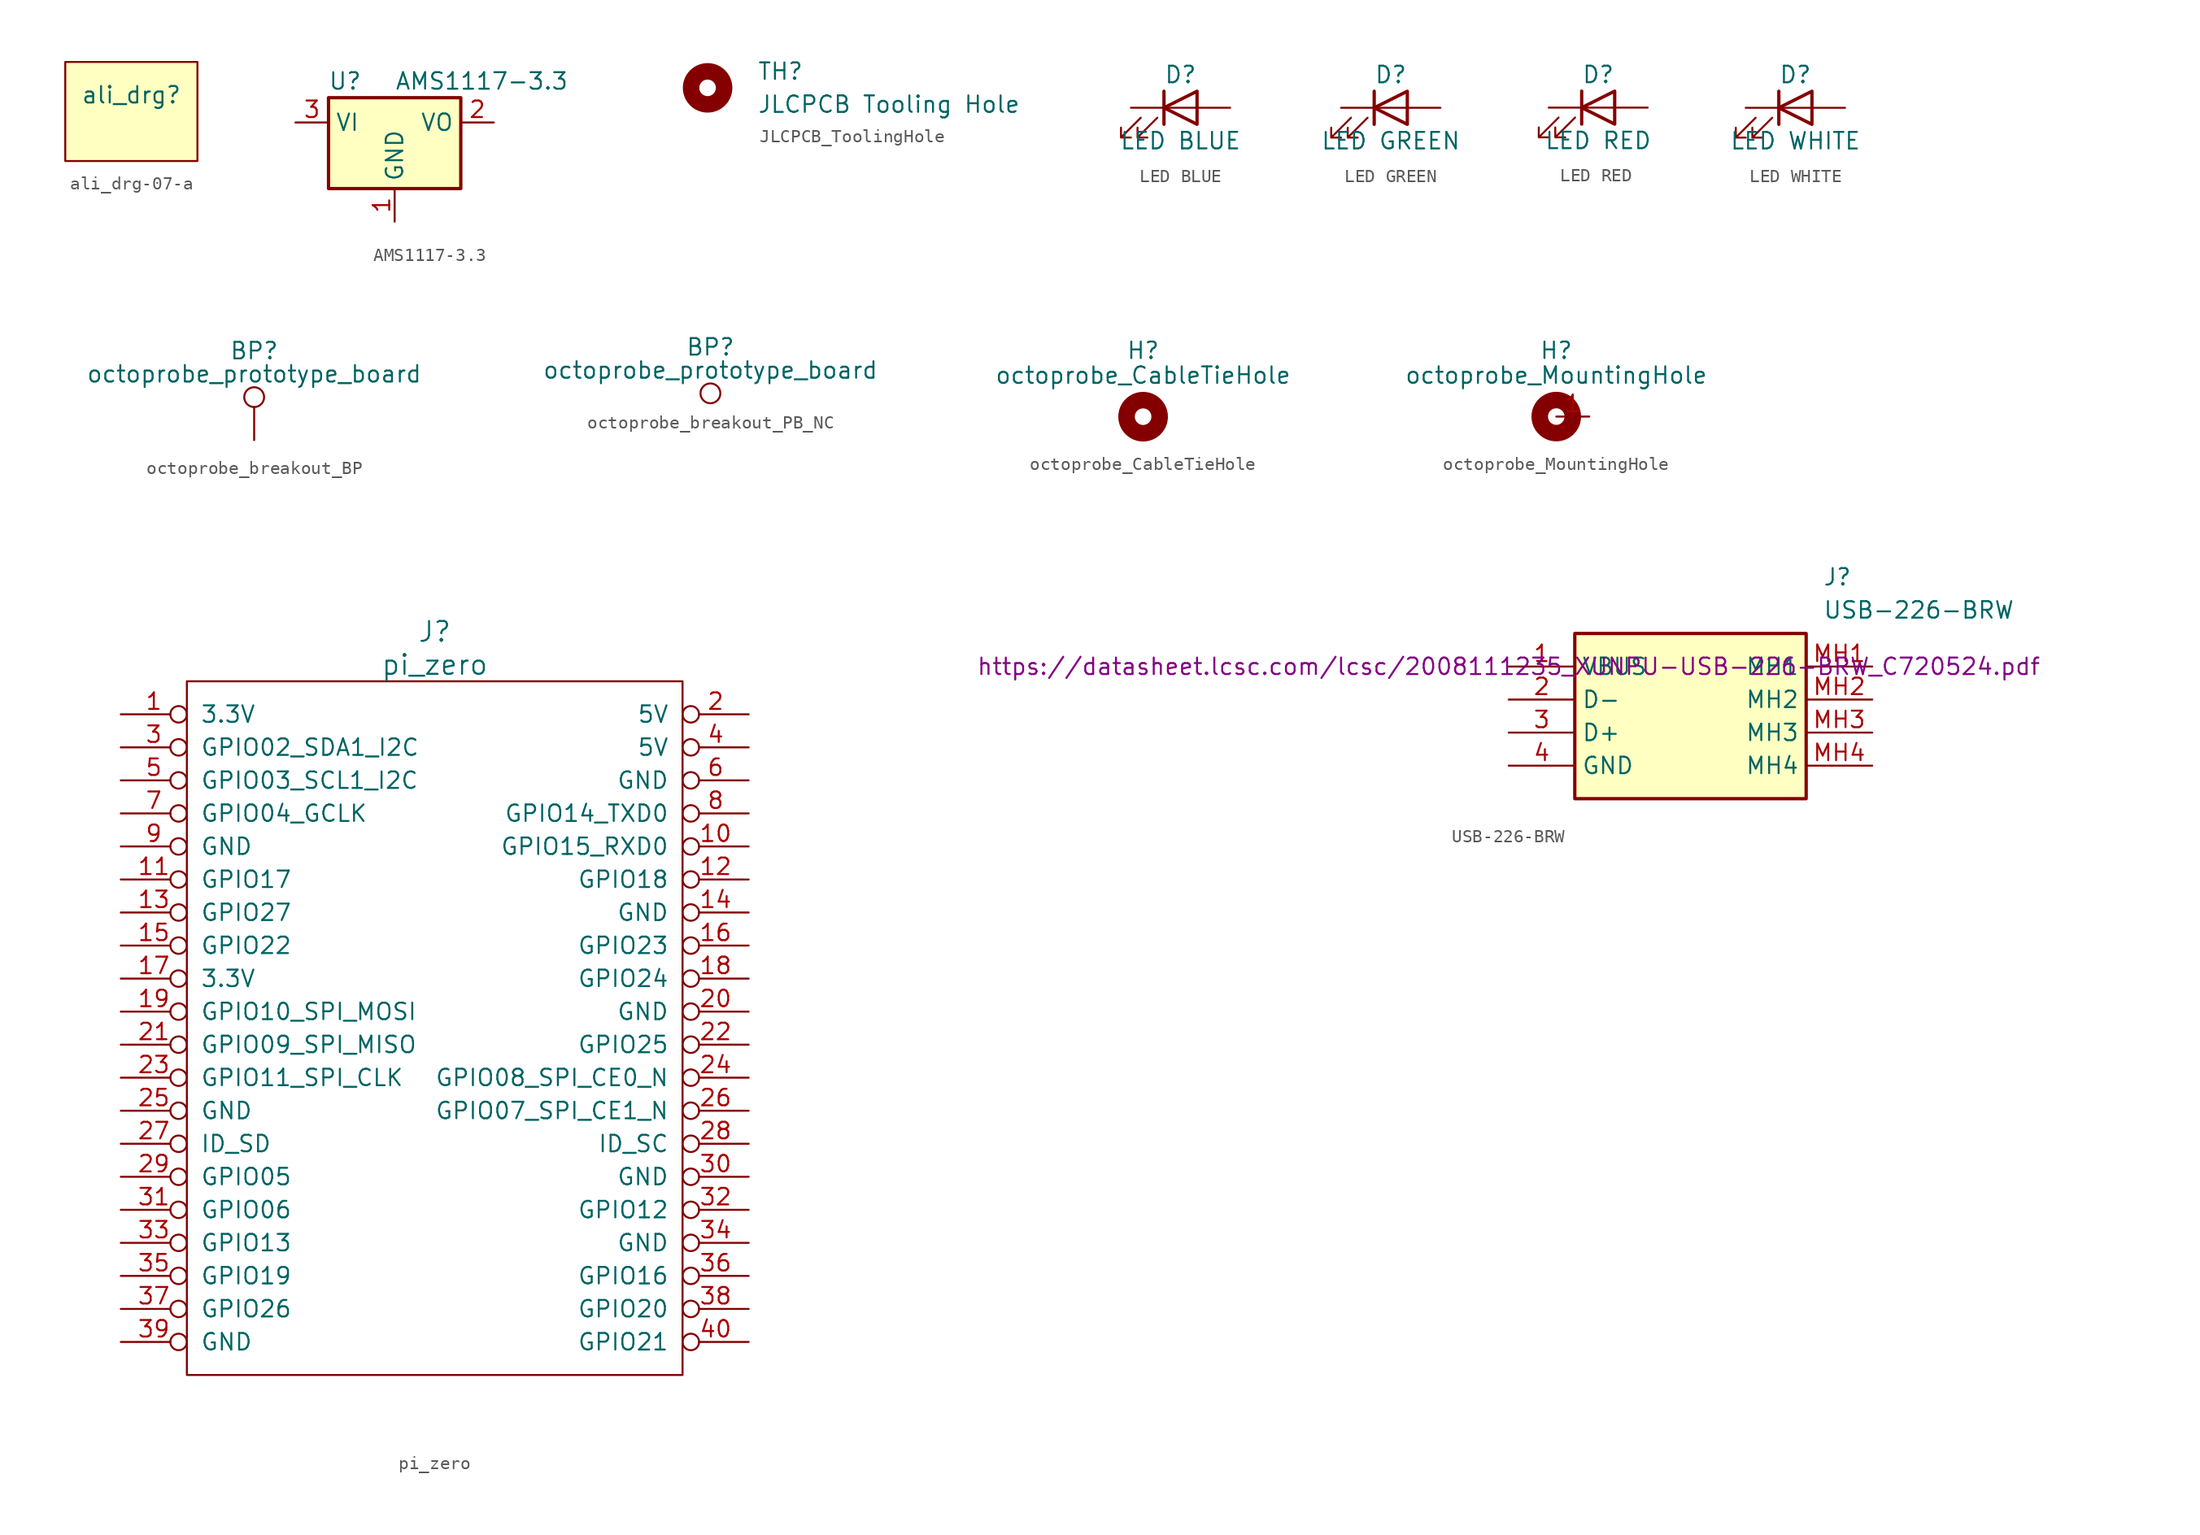
<source format=kicad_sym>
(kicad_symbol_lib
  (version 20231120)
  (generator "kicad_symbol_editor")
  (generator_version "8.0")
  (symbol "ali_drg-07-a"
    (property "Reference" "ali_drg"
      (at 0 0 0)
      (effects (font (size 1.27 1.27))))
    (property "Value" ""
      (at 0 0 0)
      (effects (font (size 1.27 1.27))))
    (symbol "ali_drg-07-a_1_1"
      (rectangle (start -5.08 2.54) (end 5.08 -5.08) (stroke (width 0) (type default)) (fill (type background)))))
  (symbol "AMS1117-3.3"
    (property "Reference" "U"
      (at -3.81 3.175 0)
      (effects (font (size 1.27 1.27))))
    (property "Value" "AMS1117-3.3"
      (at 0 3.175 0)
      (effects (font (size 1.27 1.27)) (justify left)))
    (symbol "AMS1117-3.3_0_1"
      (rectangle (start -5.08 1.905) (end 5.08 -5.08) (stroke (width 0.254) (type default)) (fill (type background))))
    (symbol "AMS1117-3.3_1_1"
      (pin power_in line (at 0 -7.62 90) (length 2.54) (name "GND" (effects (font (size 1.27 1.27)))) (number "1" (effects (font (size 1.27 1.27)))))
      (pin power_out line (at 7.62 0 180) (length 2.54) (name "VO" (effects (font (size 1.27 1.27)))) (number "2" (effects (font (size 1.27 1.27)))))
      (pin power_in line (at -7.62 0 0) (length 2.54) (name "VI" (effects (font (size 1.27 1.27)))) (number "3" (effects (font (size 1.27 1.27)))))))
  (symbol "JLCPCB_ToolingHole"
    (pin_numbers hide)
    (pin_names
      (offset 0) hide)
    (property "Reference" "TH"
      (at 3.81 1.27 0)
      (effects (font (size 1.27 1.27)) (justify left)))
    (property "Value" "JLCPCB Tooling Hole"
      (at 3.81 -1.27 0)
      (effects (font (size 1.27 1.27)) (justify left)))
    (symbol "JLCPCB_ToolingHole_0_1"
      (circle (center 0 0) (radius 1.27) (stroke (width 1.27) (type default)) (fill (type none)))))
  (symbol "LED BLUE"
    (pin_numbers hide)
    (pin_names
      (offset 1.016) hide)
    (property "Reference" "D"
      (at 0 2.54 0)
      (effects (font (size 1.27 1.27))))
    (property "Value" "LED BLUE"
      (at 0 -2.54 0)
      (effects (font (size 1.27 1.27))))
    (symbol "LED BLUE_0_1"
      (polyline (pts (xy -1.27 -1.27) (xy -1.27 1.27)) (stroke (width 0.254) (type default)) (fill (type none)))
      (polyline (pts (xy -1.27 0) (xy 1.27 0)) (stroke (width 0) (type default)) (fill (type none)))
      (polyline (pts (xy 1.27 -1.27) (xy 1.27 1.27) (xy -1.27 0) (xy 1.27 -1.27)) (stroke (width 0.254) (type default)) (fill (type none)))
      (polyline (pts (xy -3.048 -0.762) (xy -4.572 -2.286) (xy -3.81 -2.286) (xy -4.572 -2.286) (xy -4.572 -1.524)) (stroke (width 0) (type default)) (fill (type none)))
      (polyline (pts (xy -1.778 -0.762) (xy -3.302 -2.286) (xy -2.54 -2.286) (xy -3.302 -2.286) (xy -3.302 -1.524)) (stroke (width 0) (type default)) (fill (type none))))
    (symbol "LED BLUE_1_1"
      (pin passive line (at -3.81 0 0) (length 2.54) (name "K" (effects (font (size 1.27 1.27)))) (number "1" (effects (font (size 1.27 1.27)))))
      (pin passive line (at 3.81 0 180) (length 2.54) (name "A" (effects (font (size 1.27 1.27)))) (number "2" (effects (font (size 1.27 1.27)))))))
  (symbol "LED GREEN"
    (pin_numbers hide)
    (pin_names
      (offset 1.016) hide)
    (property "Reference" "D"
      (at 0 2.54 0)
      (effects (font (size 1.27 1.27))))
    (property "Value" "LED GREEN"
      (at 0 -2.54 0)
      (effects (font (size 1.27 1.27))))
    (symbol "LED GREEN_0_1"
      (polyline (pts (xy -1.27 -1.27) (xy -1.27 1.27)) (stroke (width 0.254) (type default)) (fill (type none)))
      (polyline (pts (xy -1.27 0) (xy 1.27 0)) (stroke (width 0) (type default)) (fill (type none)))
      (polyline (pts (xy 1.27 -1.27) (xy 1.27 1.27) (xy -1.27 0) (xy 1.27 -1.27)) (stroke (width 0.254) (type default)) (fill (type none)))
      (polyline (pts (xy -3.048 -0.762) (xy -4.572 -2.286) (xy -3.81 -2.286) (xy -4.572 -2.286) (xy -4.572 -1.524)) (stroke (width 0) (type default)) (fill (type none)))
      (polyline (pts (xy -1.778 -0.762) (xy -3.302 -2.286) (xy -2.54 -2.286) (xy -3.302 -2.286) (xy -3.302 -1.524)) (stroke (width 0) (type default)) (fill (type none))))
    (symbol "LED GREEN_1_1"
      (pin passive line (at -3.81 0 0) (length 2.54) (name "K" (effects (font (size 1.27 1.27)))) (number "1" (effects (font (size 1.27 1.27)))))
      (pin passive line (at 3.81 0 180) (length 2.54) (name "A" (effects (font (size 1.27 1.27)))) (number "2" (effects (font (size 1.27 1.27)))))))
  (symbol "LED RED"
    (pin_numbers hide)
    (pin_names
      (offset 1.016) hide)
    (property "Reference" "D"
      (at 0 2.54 0)
      (effects (font (size 1.27 1.27))))
    (property "Value" "LED RED"
      (at 0 -2.54 0)
      (effects (font (size 1.27 1.27))))
    (symbol "LED RED_0_1"
      (polyline (pts (xy -1.27 -1.27) (xy -1.27 1.27)) (stroke (width 0.254) (type default)) (fill (type none)))
      (polyline (pts (xy -1.27 0) (xy 1.27 0)) (stroke (width 0) (type default)) (fill (type none)))
      (polyline (pts (xy 1.27 -1.27) (xy 1.27 1.27) (xy -1.27 0) (xy 1.27 -1.27)) (stroke (width 0.254) (type default)) (fill (type none)))
      (polyline (pts (xy -3.048 -0.762) (xy -4.572 -2.286) (xy -3.81 -2.286) (xy -4.572 -2.286) (xy -4.572 -1.524)) (stroke (width 0) (type default)) (fill (type none)))
      (polyline (pts (xy -1.778 -0.762) (xy -3.302 -2.286) (xy -2.54 -2.286) (xy -3.302 -2.286) (xy -3.302 -1.524)) (stroke (width 0) (type default)) (fill (type none))))
    (symbol "LED RED_1_1"
      (pin passive line (at -3.81 0 0) (length 2.54) (name "K" (effects (font (size 1.27 1.27)))) (number "1" (effects (font (size 1.27 1.27)))))
      (pin passive line (at 3.81 0 180) (length 2.54) (name "A" (effects (font (size 1.27 1.27)))) (number "2" (effects (font (size 1.27 1.27)))))))
  (symbol "LED WHITE"
    (pin_numbers hide)
    (pin_names
      (offset 1.016) hide)
    (property "Reference" "D"
      (at 0 2.54 0)
      (effects (font (size 1.27 1.27))))
    (property "Value" "LED WHITE"
      (at 0 -2.54 0)
      (effects (font (size 1.27 1.27))))
    (symbol "LED WHITE_0_1"
      (polyline (pts (xy -1.27 -1.27) (xy -1.27 1.27)) (stroke (width 0.254) (type default)) (fill (type none)))
      (polyline (pts (xy -1.27 0) (xy 1.27 0)) (stroke (width 0) (type default)) (fill (type none)))
      (polyline (pts (xy 1.27 -1.27) (xy 1.27 1.27) (xy -1.27 0) (xy 1.27 -1.27)) (stroke (width 0.254) (type default)) (fill (type none)))
      (polyline (pts (xy -3.048 -0.762) (xy -4.572 -2.286) (xy -3.81 -2.286) (xy -4.572 -2.286) (xy -4.572 -1.524)) (stroke (width 0) (type default)) (fill (type none)))
      (polyline (pts (xy -1.778 -0.762) (xy -3.302 -2.286) (xy -2.54 -2.286) (xy -3.302 -2.286) (xy -3.302 -1.524)) (stroke (width 0) (type default)) (fill (type none))))
    (symbol "LED WHITE_1_1"
      (pin passive line (at -3.81 0 0) (length 2.54) (name "K" (effects (font (size 1.27 1.27)))) (number "1" (effects (font (size 1.27 1.27)))))
      (pin passive line (at 3.81 0 180) (length 2.54) (name "A" (effects (font (size 1.27 1.27)))) (number "2" (effects (font (size 1.27 1.27)))))))
  (symbol "octoprobe_breakout_BP"
    (pin_numbers hide)
    (pin_names
      (offset 0.762) hide)
    (property "Reference" "BP"
      (at 0 6.858 0)
      (effects (font (size 1.27 1.27))))
    (property "Value" "octoprobe_prototype_board"
      (at 0 5.08 0)
      (effects (font (size 1.27 1.27))))
    (symbol "octoprobe_breakout_BP_0_1"
      (circle (center 0 3.302) (radius 0.762) (stroke (width 0) (type default)) (fill (type none))))
    (symbol "octoprobe_breakout_BP_1_1"
      (pin passive line (at 0 0 90) (length 2.54) (name "1" (effects (font (size 1.27 1.27)))) (number "1" (effects (font (size 1.27 1.27)))))))
  (symbol "octoprobe_breakout_PB_NC"
    (pin_numbers hide)
    (pin_names
      (offset 0.762) hide)
    (property "Reference" "BP"
      (at 0 6.858 0)
      (effects (font (size 1.27 1.27))))
    (property "Value" "octoprobe_prototype_board"
      (at 0 5.08 0)
      (effects (font (size 1.27 1.27))))
    (symbol "octoprobe_breakout_PB_NC_0_1"
      (circle (center 0 3.302) (radius 0.762) (stroke (width 0) (type default)) (fill (type none)))))
  (symbol "octoprobe_CableTieHole"
    (pin_numbers hide)
    (pin_names
      (offset 0) hide)
    (property "Reference" "H"
      (at 0 5.08 0)
      (effects (font (size 1.27 1.27))))
    (property "Value" "octoprobe_CableTieHole"
      (at 0 3.175 0)
      (effects (font (size 1.27 1.27))))
    (symbol "octoprobe_CableTieHole_0_1"
      (circle (center 0 0) (radius 1.27) (stroke (width 1.27) (type default)) (fill (type none)))))
  (symbol "octoprobe_MountingHole"
    (pin_names
      (offset 1.016))
    (property "Reference" "H"
      (at 0 5.08 0)
      (effects (font (size 1.27 1.27))))
    (property "Value" "octoprobe_MountingHole"
      (at 0 3.175 0)
      (effects (font (size 1.27 1.27))))
    (symbol "octoprobe_MountingHole_0_0"
      (pin power_in line (at 0 0 0) (length 2.54) (name "" (effects (font (size 1.27 1.27)))) (number "1" (effects (font (size 1.27 1.27))))))
    (symbol "octoprobe_MountingHole_0_1"
      (circle (center 0 0) (radius 1.27) (stroke (width 1.27) (type default)) (fill (type none)))))
  (symbol "pi_zero"
    (pin_names
      (offset 1.016))
    (property "Reference" "J"
      (at 19.05 6.35 0)
      (effects (font (size 1.524 1.524))))
    (property "Value" "pi_zero"
      (at 19.05 3.81 0)
      (effects (font (size 1.524 1.524))))
    (symbol "pi_zero_0_1"
      (rectangle (start 0 2.54) (end 38.1 -50.8) (stroke (width 0) (type solid)) (fill (type none))))
    (symbol "pi_zero_1_1"
      (pin power_in inverted (at -5.08 0 0) (length 5.08) (name "3.3V" (effects (font (size 1.27 1.27)))) (number "1" (effects (font (size 1.27 1.27)))))
      (pin bidirectional inverted (at 43.18 -10.16 180) (length 5.08) (name "GPIO15_RXD0" (effects (font (size 1.27 1.27)))) (number "10" (effects (font (size 1.27 1.27)))))
      (pin bidirectional inverted (at -5.08 -12.7 0) (length 5.08) (name "GPIO17" (effects (font (size 1.27 1.27)))) (number "11" (effects (font (size 1.27 1.27)))))
      (pin bidirectional inverted (at 43.18 -12.7 180) (length 5.08) (name "GPIO18" (effects (font (size 1.27 1.27)))) (number "12" (effects (font (size 1.27 1.27)))))
      (pin bidirectional inverted (at -5.08 -15.24 0) (length 5.08) (name "GPIO27" (effects (font (size 1.27 1.27)))) (number "13" (effects (font (size 1.27 1.27)))))
      (pin power_in inverted (at 43.18 -15.24 180) (length 5.08) (name "GND" (effects (font (size 1.27 1.27)))) (number "14" (effects (font (size 1.27 1.27)))))
      (pin bidirectional inverted (at -5.08 -17.78 0) (length 5.08) (name "GPIO22" (effects (font (size 1.27 1.27)))) (number "15" (effects (font (size 1.27 1.27)))))
      (pin bidirectional inverted (at 43.18 -17.78 180) (length 5.08) (name "GPIO23" (effects (font (size 1.27 1.27)))) (number "16" (effects (font (size 1.27 1.27)))))
      (pin power_in inverted (at -5.08 -20.32 0) (length 5.08) (name "3.3V" (effects (font (size 1.27 1.27)))) (number "17" (effects (font (size 1.27 1.27)))))
      (pin bidirectional inverted (at 43.18 -20.32 180) (length 5.08) (name "GPIO24" (effects (font (size 1.27 1.27)))) (number "18" (effects (font (size 1.27 1.27)))))
      (pin bidirectional inverted (at -5.08 -22.86 0) (length 5.08) (name "GPIO10_SPI_MOSI" (effects (font (size 1.27 1.27)))) (number "19" (effects (font (size 1.27 1.27)))))
      (pin power_in inverted (at 43.18 0 180) (length 5.08) (name "5V" (effects (font (size 1.27 1.27)))) (number "2" (effects (font (size 1.27 1.27)))))
      (pin power_in inverted (at 43.18 -22.86 180) (length 5.08) (name "GND" (effects (font (size 1.27 1.27)))) (number "20" (effects (font (size 1.27 1.27)))))
      (pin bidirectional inverted (at -5.08 -25.4 0) (length 5.08) (name "GPIO09_SPI_MISO" (effects (font (size 1.27 1.27)))) (number "21" (effects (font (size 1.27 1.27)))))
      (pin bidirectional inverted (at 43.18 -25.4 180) (length 5.08) (name "GPIO25" (effects (font (size 1.27 1.27)))) (number "22" (effects (font (size 1.27 1.27)))))
      (pin bidirectional inverted (at -5.08 -27.94 0) (length 5.08) (name "GPIO11_SPI_CLK" (effects (font (size 1.27 1.27)))) (number "23" (effects (font (size 1.27 1.27)))))
      (pin bidirectional inverted (at 43.18 -27.94 180) (length 5.08) (name "GPIO08_SPI_CE0_N" (effects (font (size 1.27 1.27)))) (number "24" (effects (font (size 1.27 1.27)))))
      (pin power_in inverted (at -5.08 -30.48 0) (length 5.08) (name "GND" (effects (font (size 1.27 1.27)))) (number "25" (effects (font (size 1.27 1.27)))))
      (pin bidirectional inverted (at 43.18 -30.48 180) (length 5.08) (name "GPIO07_SPI_CE1_N" (effects (font (size 1.27 1.27)))) (number "26" (effects (font (size 1.27 1.27)))))
      (pin bidirectional inverted (at -5.08 -33.02 0) (length 5.08) (name "ID_SD" (effects (font (size 1.27 1.27)))) (number "27" (effects (font (size 1.27 1.27)))))
      (pin bidirectional inverted (at 43.18 -33.02 180) (length 5.08) (name "ID_SC" (effects (font (size 1.27 1.27)))) (number "28" (effects (font (size 1.27 1.27)))))
      (pin bidirectional inverted (at -5.08 -35.56 0) (length 5.08) (name "GPIO05" (effects (font (size 1.27 1.27)))) (number "29" (effects (font (size 1.27 1.27)))))
      (pin bidirectional inverted (at -5.08 -2.54 0) (length 5.08) (name "GPIO02_SDA1_I2C" (effects (font (size 1.27 1.27)))) (number "3" (effects (font (size 1.27 1.27)))))
      (pin power_in inverted (at 43.18 -35.56 180) (length 5.08) (name "GND" (effects (font (size 1.27 1.27)))) (number "30" (effects (font (size 1.27 1.27)))))
      (pin bidirectional inverted (at -5.08 -38.1 0) (length 5.08) (name "GPIO06" (effects (font (size 1.27 1.27)))) (number "31" (effects (font (size 1.27 1.27)))))
      (pin bidirectional inverted (at 43.18 -38.1 180) (length 5.08) (name "GPIO12" (effects (font (size 1.27 1.27)))) (number "32" (effects (font (size 1.27 1.27)))))
      (pin bidirectional inverted (at -5.08 -40.64 0) (length 5.08) (name "GPIO13" (effects (font (size 1.27 1.27)))) (number "33" (effects (font (size 1.27 1.27)))))
      (pin power_in inverted (at 43.18 -40.64 180) (length 5.08) (name "GND" (effects (font (size 1.27 1.27)))) (number "34" (effects (font (size 1.27 1.27)))))
      (pin bidirectional inverted (at -5.08 -43.18 0) (length 5.08) (name "GPIO19" (effects (font (size 1.27 1.27)))) (number "35" (effects (font (size 1.27 1.27)))))
      (pin bidirectional inverted (at 43.18 -43.18 180) (length 5.08) (name "GPIO16" (effects (font (size 1.27 1.27)))) (number "36" (effects (font (size 1.27 1.27)))))
      (pin bidirectional inverted (at -5.08 -45.72 0) (length 5.08) (name "GPIO26" (effects (font (size 1.27 1.27)))) (number "37" (effects (font (size 1.27 1.27)))))
      (pin bidirectional inverted (at 43.18 -45.72 180) (length 5.08) (name "GPIO20" (effects (font (size 1.27 1.27)))) (number "38" (effects (font (size 1.27 1.27)))))
      (pin power_in inverted (at -5.08 -48.26 0) (length 5.08) (name "GND" (effects (font (size 1.27 1.27)))) (number "39" (effects (font (size 1.27 1.27)))))
      (pin power_in inverted (at 43.18 -2.54 180) (length 5.08) (name "5V" (effects (font (size 1.27 1.27)))) (number "4" (effects (font (size 1.27 1.27)))))
      (pin bidirectional inverted (at 43.18 -48.26 180) (length 5.08) (name "GPIO21" (effects (font (size 1.27 1.27)))) (number "40" (effects (font (size 1.27 1.27)))))
      (pin bidirectional inverted (at -5.08 -5.08 0) (length 5.08) (name "GPIO03_SCL1_I2C" (effects (font (size 1.27 1.27)))) (number "5" (effects (font (size 1.27 1.27)))))
      (pin power_in inverted (at 43.18 -5.08 180) (length 5.08) (name "GND" (effects (font (size 1.27 1.27)))) (number "6" (effects (font (size 1.27 1.27)))))
      (pin bidirectional inverted (at -5.08 -7.62 0) (length 5.08) (name "GPIO04_GCLK" (effects (font (size 1.27 1.27)))) (number "7" (effects (font (size 1.27 1.27)))))
      (pin bidirectional inverted (at 43.18 -7.62 180) (length 5.08) (name "GPIO14_TXD0" (effects (font (size 1.27 1.27)))) (number "8" (effects (font (size 1.27 1.27)))))
      (pin power_in inverted (at -5.08 -10.16 0) (length 5.08) (name "GND" (effects (font (size 1.27 1.27)))) (number "9" (effects (font (size 1.27 1.27)))))))
  (symbol "USB-226-BRW"
    (property "Reference" "J"
      (at 24.13 7.62 0)
      (effects (font (size 1.27 1.27)) (justify left top)))
    (property "Value" "USB-226-BRW"
      (at 24.13 5.08 0)
      (effects (font (size 1.27 1.27)) (justify left top)))
    (property "Datasheet_alt" "https://datasheet.lcsc.com/lcsc/2008111235_XUNPU-USB-226-BRW_C720524.pdf"
      (at 0 0 0)
      (effects (font (size 1.27 1.27))))
    (symbol "USB-226-BRW_1_1"
      (rectangle (start 5.08 2.54) (end 22.86 -10.16) (stroke (width 0.254) (type default)) (fill (type background)))
      (pin passive line (at 0 0 0) (length 5.08) (name "VBUS" (effects (font (size 1.27 1.27)))) (number "1" (effects (font (size 1.27 1.27)))))
      (pin passive line (at 0 -2.54 0) (length 5.08) (name "D-" (effects (font (size 1.27 1.27)))) (number "2" (effects (font (size 1.27 1.27)))))
      (pin passive line (at 0 -5.08 0) (length 5.08) (name "D+" (effects (font (size 1.27 1.27)))) (number "3" (effects (font (size 1.27 1.27)))))
      (pin passive line (at 0 -7.62 0) (length 5.08) (name "GND" (effects (font (size 1.27 1.27)))) (number "4" (effects (font (size 1.27 1.27)))))
      (pin passive line (at 27.94 0 180) (length 5.08) (name "MH1" (effects (font (size 1.27 1.27)))) (number "MH1" (effects (font (size 1.27 1.27)))))
      (pin passive line (at 27.94 -2.54 180) (length 5.08) (name "MH2" (effects (font (size 1.27 1.27)))) (number "MH2" (effects (font (size 1.27 1.27)))))
      (pin passive line (at 27.94 -5.08 180) (length 5.08) (name "MH3" (effects (font (size 1.27 1.27)))) (number "MH3" (effects (font (size 1.27 1.27)))))
      (pin passive line (at 27.94 -7.62 180) (length 5.08) (name "MH4" (effects (font (size 1.27 1.27)))) (number "MH4" (effects (font (size 1.27 1.27))))))))
</source>
